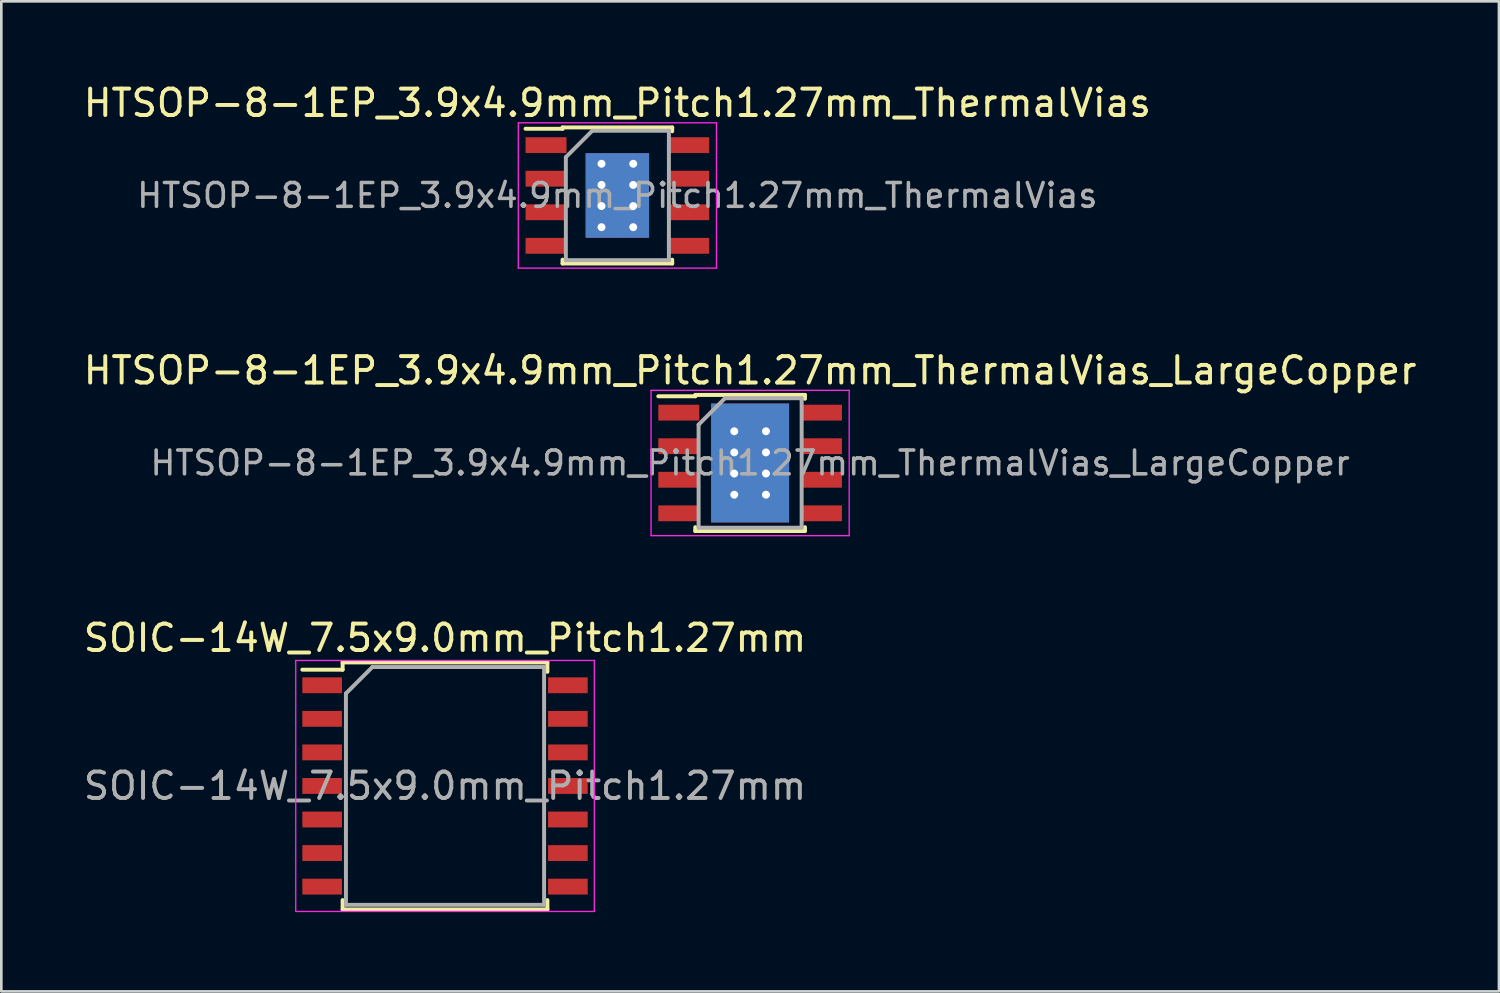
<source format=kicad_pcb>
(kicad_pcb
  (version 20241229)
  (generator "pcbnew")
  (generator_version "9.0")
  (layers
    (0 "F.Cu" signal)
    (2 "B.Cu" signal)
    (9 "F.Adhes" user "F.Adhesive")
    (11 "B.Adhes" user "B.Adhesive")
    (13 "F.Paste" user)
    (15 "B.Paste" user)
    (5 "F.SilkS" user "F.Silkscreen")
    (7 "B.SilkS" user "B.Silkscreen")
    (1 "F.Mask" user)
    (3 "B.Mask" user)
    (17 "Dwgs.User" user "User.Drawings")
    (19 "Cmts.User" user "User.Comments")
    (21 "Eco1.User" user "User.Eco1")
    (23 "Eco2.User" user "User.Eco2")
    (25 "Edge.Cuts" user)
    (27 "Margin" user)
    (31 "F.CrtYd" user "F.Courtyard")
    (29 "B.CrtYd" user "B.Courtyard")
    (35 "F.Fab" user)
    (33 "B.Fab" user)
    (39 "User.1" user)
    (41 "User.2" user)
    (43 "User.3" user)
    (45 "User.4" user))
  (footprint "SOIC-14W_7.5x9.0mm_Pitch1.27mm"
    (layer "F.Cu")
    (at 13.792 26.695)
    (property "Reference" "SOIC-14W_7.5x9.0mm_Pitch1.27mm" (at 0 -5.6 0) (layer "F.SilkS") (effects (font (size 1 1) (thickness 0.15))))
    (attr smd)
    (fp_line (start -3.875 -4.675) (end -3.875 -4.4) (stroke (width 0.15) (type solid)) (layer "F.SilkS"))
    (fp_line (start -3.875 -4.675) (end 3.875 -4.675) (stroke (width 0.15) (type solid)) (layer "F.SilkS"))
    (fp_line (start -3.875 -4.4) (end -5.4 -4.4) (stroke (width 0.15) (type solid)) (layer "F.SilkS"))
    (fp_line (start -3.875 4.675) (end -3.875 4.32) (stroke (width 0.15) (type solid)) (layer "F.SilkS"))
    (fp_line (start -3.875 4.675) (end 3.875 4.675) (stroke (width 0.15) (type solid)) (layer "F.SilkS"))
    (fp_line (start 3.875 -4.675) (end 3.875 -4.32) (stroke (width 0.15) (type solid)) (layer "F.SilkS"))
    (fp_line (start 3.875 4.675) (end 3.875 4.32) (stroke (width 0.15) (type solid)) (layer "F.SilkS"))
    (fp_line (start -5.65 -4.75) (end -5.65 4.75) (stroke (width 0.05) (type solid)) (layer "F.CrtYd"))
    (fp_line (start -5.65 -4.75) (end 5.65 -4.75) (stroke (width 0.05) (type solid)) (layer "F.CrtYd"))
    (fp_line (start -5.65 4.75) (end 5.65 4.75) (stroke (width 0.05) (type solid)) (layer "F.CrtYd"))
    (fp_line (start 5.65 -4.75) (end 5.65 4.75) (stroke (width 0.05) (type solid)) (layer "F.CrtYd"))
    (fp_line (start -3.75 -3.5) (end -2.75 -4.5) (stroke (width 0.15) (type solid)) (layer "F.Fab"))
    (fp_line (start -3.75 4.5) (end -3.75 -3.5) (stroke (width 0.15) (type solid)) (layer "F.Fab"))
    (fp_line (start -2.75 -4.5) (end 3.75 -4.5) (stroke (width 0.15) (type solid)) (layer "F.Fab"))
    (fp_line (start 3.75 -4.5) (end 3.75 4.5) (stroke (width 0.15) (type solid)) (layer "F.Fab"))
    (fp_line (start 3.75 4.5) (end -3.75 4.5) (stroke (width 0.15) (type solid)) (layer "F.Fab"))
    (fp_text user "${REFERENCE}" (at 0 0 0) (layer "F.Fab") (effects (font (size 1 1) (thickness 0.15))))
    (pad "1" smd rect (at -4.65 -3.81) (size 1.5 0.6) (layers "F.Cu" "F.Mask" "F.Paste"))
    (pad "2" smd rect (at -4.65 -2.54) (size 1.5 0.6) (layers "F.Cu" "F.Mask" "F.Paste"))
    (pad "3" smd rect (at -4.65 -1.27) (size 1.5 0.6) (layers "F.Cu" "F.Mask" "F.Paste"))
    (pad "4" smd rect (at -4.65 0) (size 1.5 0.6) (layers "F.Cu" "F.Mask" "F.Paste"))
    (pad "5" smd rect (at -4.65 1.27) (size 1.5 0.6) (layers "F.Cu" "F.Mask" "F.Paste"))
    (pad "6" smd rect (at -4.65 2.54) (size 1.5 0.6) (layers "F.Cu" "F.Mask" "F.Paste"))
    (pad "7" smd rect (at -4.65 3.81) (size 1.5 0.6) (layers "F.Cu" "F.Mask" "F.Paste"))
    (pad "8" smd rect (at 4.65 3.81) (size 1.5 0.6) (layers "F.Cu" "F.Mask" "F.Paste"))
    (pad "9" smd rect (at 4.65 2.54) (size 1.5 0.6) (layers "F.Cu" "F.Mask" "F.Paste"))
    (pad "10" smd rect (at 4.65 1.27) (size 1.5 0.6) (layers "F.Cu" "F.Mask" "F.Paste"))
    (pad "11" smd rect (at 4.65 0) (size 1.5 0.6) (layers "F.Cu" "F.Mask" "F.Paste"))
    (pad "12" smd rect (at 4.65 -1.27) (size 1.5 0.6) (layers "F.Cu" "F.Mask" "F.Paste"))
    (pad "13" smd rect (at 4.65 -2.54) (size 1.5 0.6) (layers "F.Cu" "F.Mask" "F.Paste"))
    (pad "14" smd rect (at 4.65 -3.81) (size 1.5 0.6) (layers "F.Cu" "F.Mask" "F.Paste")))
  (footprint "HTSOP-8-1EP_3.9x4.9mm_Pitch1.27mm_ThermalVias"
    (layer "F.Cu")
    (at 20.315 4.348)
    (property "Reference" "HTSOP-8-1EP_3.9x4.9mm_Pitch1.27mm_ThermalVias" (at 0 -3.5 0) (layer "F.SilkS") (effects (font (size 1 1) (thickness 0.15))))
    (attr smd)
    (fp_line (start -2.075 -2.575) (end -2.075 -2.525) (stroke (width 0.15) (type solid)) (layer "F.SilkS"))
    (fp_line (start -2.075 -2.575) (end 2.075 -2.575) (stroke (width 0.15) (type solid)) (layer "F.SilkS"))
    (fp_line (start -2.075 -2.525) (end -3.475 -2.525) (stroke (width 0.15) (type solid)) (layer "F.SilkS"))
    (fp_line (start -2.075 2.575) (end -2.075 2.43) (stroke (width 0.15) (type solid)) (layer "F.SilkS"))
    (fp_line (start -2.075 2.575) (end 2.075 2.575) (stroke (width 0.15) (type solid)) (layer "F.SilkS"))
    (fp_line (start 2.075 -2.575) (end 2.075 -2.43) (stroke (width 0.15) (type solid)) (layer "F.SilkS"))
    (fp_line (start 2.075 2.575) (end 2.075 2.43) (stroke (width 0.15) (type solid)) (layer "F.SilkS"))
    (fp_line (start -3.75 -2.75) (end -3.75 2.75) (stroke (width 0.05) (type solid)) (layer "F.CrtYd"))
    (fp_line (start -3.75 -2.75) (end 3.75 -2.75) (stroke (width 0.05) (type solid)) (layer "F.CrtYd"))
    (fp_line (start -3.75 2.75) (end 3.75 2.75) (stroke (width 0.05) (type solid)) (layer "F.CrtYd"))
    (fp_line (start 3.75 -2.75) (end 3.75 2.75) (stroke (width 0.05) (type solid)) (layer "F.CrtYd"))
    (fp_line (start -1.95 -1.45) (end -0.95 -2.45) (stroke (width 0.15) (type solid)) (layer "F.Fab"))
    (fp_line (start -1.95 2.45) (end -1.95 -1.45) (stroke (width 0.15) (type solid)) (layer "F.Fab"))
    (fp_line (start -0.95 -2.45) (end 1.95 -2.45) (stroke (width 0.15) (type solid)) (layer "F.Fab"))
    (fp_line (start 1.95 -2.45) (end 1.95 2.45) (stroke (width 0.15) (type solid)) (layer "F.Fab"))
    (fp_line (start 1.95 2.45) (end -1.95 2.45) (stroke (width 0.15) (type solid)) (layer "F.Fab"))
    (fp_text user "${REFERENCE}" (at 0 0 0) (layer "F.Fab") (effects (font (size 0.9 0.9) (thickness 0.135))))
    (pad "1" smd rect (at -2.7 -1.905) (size 1.55 0.6) (layers "F.Cu" "F.Mask" "F.Paste"))
    (pad "2" smd rect (at -2.7 -0.635) (size 1.55 0.6) (layers "F.Cu" "F.Mask" "F.Paste"))
    (pad "3" smd rect (at -2.7 0.635) (size 1.55 0.6) (layers "F.Cu" "F.Mask" "F.Paste"))
    (pad "4" smd rect (at -2.7 1.905) (size 1.55 0.6) (layers "F.Cu" "F.Mask" "F.Paste"))
    (pad "5" smd rect (at 2.7 1.905) (size 1.55 0.6) (layers "F.Cu" "F.Mask" "F.Paste"))
    (pad "6" smd rect (at 2.7 0.635) (size 1.55 0.6) (layers "F.Cu" "F.Mask" "F.Paste"))
    (pad "7" smd rect (at 2.7 -0.635) (size 1.55 0.6) (layers "F.Cu" "F.Mask" "F.Paste"))
    (pad "8" smd rect (at 2.7 -1.905) (size 1.55 0.6) (layers "F.Cu" "F.Mask" "F.Paste"))
    (pad "9" thru_hole circle (at -0.6 -1.2) (size 0.6 0.6) (drill 0.3) (layers "*.Cu"))
    (pad "9" smd rect (at -0.6 -0.8) (size 1.2 1.6) (layers "F.Cu" "F.Mask" "F.Paste"))
    (pad "9" thru_hole circle (at -0.6 -0.4) (size 0.6 0.6) (drill 0.3) (layers "*.Cu"))
    (pad "9" thru_hole circle (at -0.6 0.4) (size 0.6 0.6) (drill 0.3) (layers "*.Cu"))
    (pad "9" smd rect (at -0.6 0.8) (size 1.2 1.6) (layers "F.Cu" "F.Mask" "F.Paste"))
    (pad "9" thru_hole circle (at -0.6 1.2) (size 0.6 0.6) (drill 0.3) (layers "*.Cu"))
    (pad "9" smd rect (at 0 0) (size 2.4 3.2) (layers "B.Cu"))
    (pad "9" thru_hole circle (at 0.6 -1.2) (size 0.6 0.6) (drill 0.3) (layers "*.Cu"))
    (pad "9" smd rect (at 0.6 -0.8) (size 1.2 1.6) (layers "F.Cu" "F.Mask" "F.Paste"))
    (pad "9" thru_hole circle (at 0.6 -0.4) (size 0.6 0.6) (drill 0.3) (layers "*.Cu"))
    (pad "9" thru_hole circle (at 0.6 0.4) (size 0.6 0.6) (drill 0.3) (layers "*.Cu"))
    (pad "9" smd rect (at 0.6 0.8) (size 1.2 1.6) (layers "F.Cu" "F.Mask" "F.Paste"))
    (pad "9" thru_hole circle (at 0.6 1.2) (size 0.6 0.6) (drill 0.3) (layers "*.Cu")))
  (footprint "HTSOP-8-1EP_3.9x4.9mm_Pitch1.27mm_ThermalVias_LargeCopper"
    (layer "F.Cu")
    (at 25.339 14.472)
    (property "Reference" "HTSOP-8-1EP_3.9x4.9mm_Pitch1.27mm_ThermalVias_LargeCopper" (at 0 -3.5 0) (layer "F.SilkS") (effects (font (size 1 1) (thickness 0.15))))
    (attr smd)
    (fp_line (start -2.075 -2.575) (end -2.075 -2.525) (stroke (width 0.15) (type solid)) (layer "F.SilkS"))
    (fp_line (start -2.075 -2.575) (end 2.075 -2.575) (stroke (width 0.15) (type solid)) (layer "F.SilkS"))
    (fp_line (start -2.075 -2.525) (end -3.475 -2.525) (stroke (width 0.15) (type solid)) (layer "F.SilkS"))
    (fp_line (start -2.075 2.575) (end -2.075 2.43) (stroke (width 0.15) (type solid)) (layer "F.SilkS"))
    (fp_line (start -2.075 2.575) (end 2.075 2.575) (stroke (width 0.15) (type solid)) (layer "F.SilkS"))
    (fp_line (start 2.075 -2.575) (end 2.075 -2.43) (stroke (width 0.15) (type solid)) (layer "F.SilkS"))
    (fp_line (start 2.075 2.575) (end 2.075 2.43) (stroke (width 0.15) (type solid)) (layer "F.SilkS"))
    (fp_line (start -3.75 -2.75) (end -3.75 2.75) (stroke (width 0.05) (type solid)) (layer "F.CrtYd"))
    (fp_line (start -3.75 -2.75) (end 3.75 -2.75) (stroke (width 0.05) (type solid)) (layer "F.CrtYd"))
    (fp_line (start -3.75 2.75) (end 3.75 2.75) (stroke (width 0.05) (type solid)) (layer "F.CrtYd"))
    (fp_line (start 3.75 -2.75) (end 3.75 2.75) (stroke (width 0.05) (type solid)) (layer "F.CrtYd"))
    (fp_line (start -1.95 -1.45) (end -0.95 -2.45) (stroke (width 0.15) (type solid)) (layer "F.Fab"))
    (fp_line (start -1.95 2.45) (end -1.95 -1.45) (stroke (width 0.15) (type solid)) (layer "F.Fab"))
    (fp_line (start -0.95 -2.45) (end 1.95 -2.45) (stroke (width 0.15) (type solid)) (layer "F.Fab"))
    (fp_line (start 1.95 -2.45) (end 1.95 2.45) (stroke (width 0.15) (type solid)) (layer "F.Fab"))
    (fp_line (start 1.95 2.45) (end -1.95 2.45) (stroke (width 0.15) (type solid)) (layer "F.Fab"))
    (fp_text user "${REFERENCE}" (at 0 0 0) (layer "F.Fab") (effects (font (size 0.9 0.9) (thickness 0.135))))
    (pad "1" smd rect (at -2.7 -1.905) (size 1.55 0.6) (layers "F.Cu" "F.Mask" "F.Paste"))
    (pad "2" smd rect (at -2.7 -0.635) (size 1.55 0.6) (layers "F.Cu" "F.Mask" "F.Paste"))
    (pad "3" smd rect (at -2.7 0.635) (size 1.55 0.6) (layers "F.Cu" "F.Mask" "F.Paste"))
    (pad "4" smd rect (at -2.7 1.905) (size 1.55 0.6) (layers "F.Cu" "F.Mask" "F.Paste"))
    (pad "5" smd rect (at 2.7 1.905) (size 1.55 0.6) (layers "F.Cu" "F.Mask" "F.Paste"))
    (pad "6" smd rect (at 2.7 0.635) (size 1.55 0.6) (layers "F.Cu" "F.Mask" "F.Paste"))
    (pad "7" smd rect (at 2.7 -0.635) (size 1.55 0.6) (layers "F.Cu" "F.Mask" "F.Paste"))
    (pad "8" smd rect (at 2.7 -1.905) (size 1.55 0.6) (layers "F.Cu" "F.Mask" "F.Paste"))
    (pad "9" thru_hole circle (at -0.6 -1.2) (size 0.6 0.6) (drill 0.3) (layers "*.Cu"))
    (pad "9" smd rect (at -0.6 -0.8) (size 1.2 1.6) (layers "F.Cu" "F.Mask" "F.Paste"))
    (pad "9" thru_hole circle (at -0.6 -0.4) (size 0.6 0.6) (drill 0.3) (layers "*.Cu"))
    (pad "9" thru_hole circle (at -0.6 0.4) (size 0.6 0.6) (drill 0.3) (layers "*.Cu"))
    (pad "9" smd rect (at -0.6 0.8) (size 1.2 1.6) (layers "F.Cu" "F.Mask" "F.Paste"))
    (pad "9" thru_hole circle (at -0.6 1.2) (size 0.6 0.6) (drill 0.3) (layers "*.Cu"))
    (pad "9" smd rect (at 0 0) (size 2.95 4.5) (layers "F.Cu"))
    (pad "9" smd rect (at 0 0) (size 2.95 4.5) (layers "B.Cu"))
    (pad "9" thru_hole circle (at 0.6 -1.2) (size 0.6 0.6) (drill 0.3) (layers "*.Cu"))
    (pad "9" smd rect (at 0.6 -0.8) (size 1.2 1.6) (layers "F.Cu" "F.Mask" "F.Paste"))
    (pad "9" thru_hole circle (at 0.6 -0.4) (size 0.6 0.6) (drill 0.3) (layers "*.Cu"))
    (pad "9" thru_hole circle (at 0.6 0.4) (size 0.6 0.6) (drill 0.3) (layers "*.Cu"))
    (pad "9" smd rect (at 0.6 0.8) (size 1.2 1.6) (layers "F.Cu" "F.Mask" "F.Paste"))
    (pad "9" thru_hole circle (at 0.6 1.2) (size 0.6 0.6) (drill 0.3) (layers "*.Cu")))
  (gr_rect
    (start -3 -3)
    (end 53.679 34.47)
    (stroke (width 0.1) (type default))
    (fill no)
    (layer "Edge.Cuts")))
</source>
